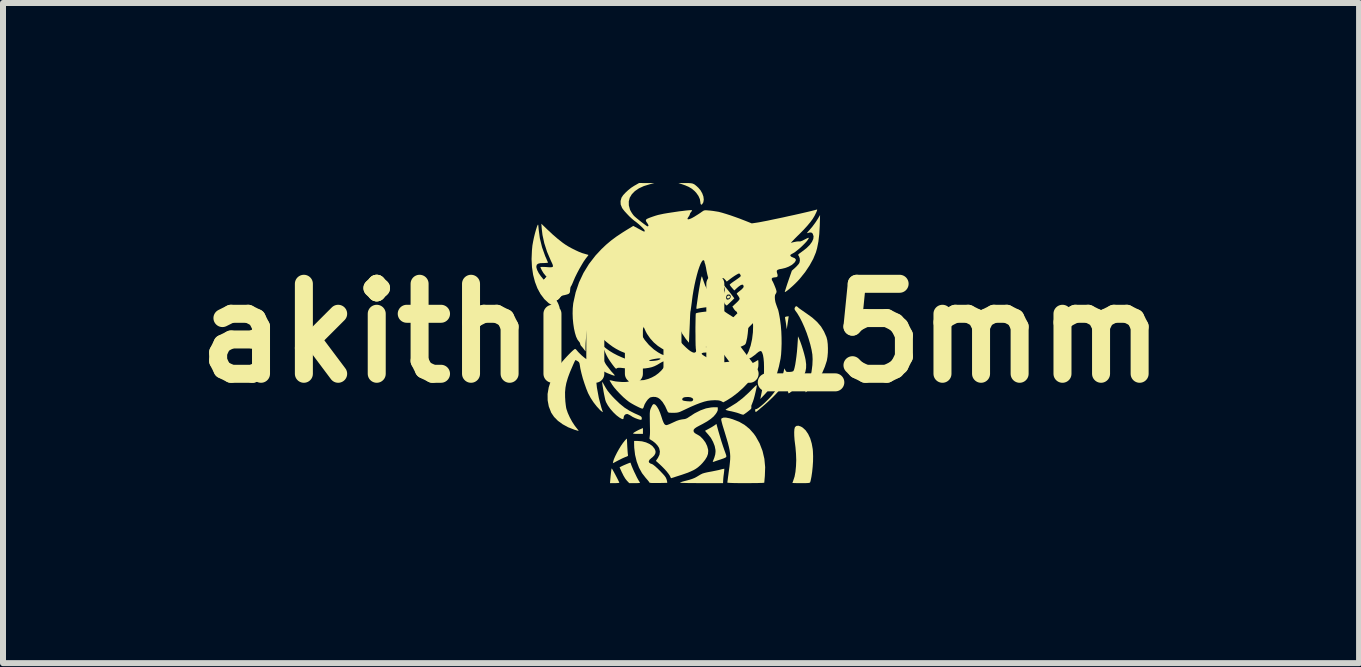
<source format=kicad_pcb>
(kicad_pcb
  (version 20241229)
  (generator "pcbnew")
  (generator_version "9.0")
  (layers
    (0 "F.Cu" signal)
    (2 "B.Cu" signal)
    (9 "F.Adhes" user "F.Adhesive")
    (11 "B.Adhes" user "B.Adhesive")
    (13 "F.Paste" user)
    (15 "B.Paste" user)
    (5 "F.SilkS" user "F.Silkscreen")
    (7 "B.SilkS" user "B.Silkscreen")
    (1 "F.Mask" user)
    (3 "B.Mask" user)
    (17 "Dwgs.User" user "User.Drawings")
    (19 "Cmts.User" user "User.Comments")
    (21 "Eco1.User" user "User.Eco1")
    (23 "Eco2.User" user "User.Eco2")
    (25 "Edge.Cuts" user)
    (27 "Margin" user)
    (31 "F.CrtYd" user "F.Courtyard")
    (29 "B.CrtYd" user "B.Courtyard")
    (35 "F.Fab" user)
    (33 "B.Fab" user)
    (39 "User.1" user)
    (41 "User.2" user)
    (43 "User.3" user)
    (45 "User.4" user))
  (footprint "akithimk_5mm"
    (layer "F.Cu")
    (at 8.3 2.501)
    (property "Reference" "akithimk_5mm" (at 0 0 0) (layer "F.SilkS") (effects (font (size 1.5 1.5) (thickness 0.3))))
    (attr board_only exclude_from_pos_files exclude_from_bom)
    (fp_poly (pts (xy 0.812 -0.619) (xy 0.817 -0.604) (xy 0.81 -0.591) (xy 0.792 -0.578) (xy 0.774 -0.579) (xy 0.767 -0.585) (xy 0.766 -0.603) (xy 0.777 -0.62) (xy 0.792 -0.625)) (stroke (width 0) (type solid)) (fill yes) (layer "F.SilkS"))
    (fp_poly (pts (xy 0.693 -0.753) (xy 0.698 -0.737) (xy 0.699 -0.733) (xy 0.694 -0.714) (xy 0.678 -0.706) (xy 0.671 -0.705) (xy 0.651 -0.705) (xy 0.646 -0.715) (xy 0.646 -0.73) (xy 0.653 -0.75) (xy 0.668 -0.757) (xy 0.674 -0.757)) (stroke (width 0) (type solid)) (fill yes) (layer "F.SilkS"))
    (fp_poly (pts (xy -0.635 1.632) (xy -0.635 1.68) (xy -0.718 1.68) (xy -0.756 1.68) (xy -0.784 1.677) (xy -0.8 1.674) (xy -0.801 1.673) (xy -0.793 1.664) (xy -0.771 1.649) (xy -0.739 1.631) (xy -0.702 1.612) (xy -0.679 1.602) (xy -0.635 1.583)) (stroke (width 0) (type solid)) (fill yes) (layer "F.SilkS"))
    (fp_poly (pts (xy 1.794 -0.28) (xy 1.793 -0.27) (xy 1.789 -0.245) (xy 1.784 -0.209) (xy 1.778 -0.171) (xy 1.762 -0.064) (xy 1.75 -0.151) (xy 1.744 -0.192) (xy 1.738 -0.227) (xy 1.734 -0.25) (xy 1.733 -0.255) (xy 1.735 -0.268) (xy 1.753 -0.275) (xy 1.761 -0.276) (xy 1.783 -0.279) (xy 1.794 -0.28)) (stroke (width 0) (type solid)) (fill yes) (layer "F.SilkS"))
    (fp_poly (pts (xy -1.148 2.265) (xy -1.135 2.287) (xy -1.117 2.319) (xy -1.096 2.358) (xy -1.074 2.4) (xy -1.053 2.441) (xy -1.035 2.478) (xy -1.028 2.494) (xy -1.035 2.497) (xy -1.058 2.499) (xy -1.091 2.501) (xy -1.104 2.501) (xy -1.184 2.501) (xy -1.178 2.435) (xy -1.172 2.371) (xy -1.167 2.324) (xy -1.163 2.292) (xy -1.16 2.271) (xy -1.158 2.261) (xy -1.155 2.257) (xy -1.154 2.257)) (stroke (width 0) (type solid)) (fill yes) (layer "F.SilkS"))
    (fp_poly (pts (xy -0.896 1.888) (xy -0.893 1.937) (xy -0.89 1.981) (xy -0.887 2.014) (xy -0.884 2.032) (xy -0.884 2.034) (xy -0.885 2.046) (xy -0.9 2.056) (xy -0.915 2.061) (xy -0.94 2.071) (xy -0.976 2.087) (xy -1.018 2.108) (xy -1.044 2.121) (xy -1.136 2.169) (xy -1.13 2.139) (xy -1.118 2.1) (xy -1.096 2.05) (xy -1.068 1.994) (xy -1.035 1.935) (xy -1.001 1.879) (xy -0.967 1.83) (xy -0.936 1.791) (xy -0.925 1.779) (xy -0.902 1.758)) (stroke (width 0) (type solid)) (fill yes) (layer "F.SilkS"))
    (fp_poly (pts (xy 0.126 -2.5) (xy 0.166 -2.497) (xy 0.196 -2.491) (xy 0.223 -2.478) (xy 0.25 -2.457) (xy 0.284 -2.426) (xy 0.287 -2.424) (xy 0.325 -2.379) (xy 0.354 -2.328) (xy 0.373 -2.275) (xy 0.379 -2.225) (xy 0.372 -2.181) (xy 0.367 -2.171) (xy 0.35 -2.145) (xy 0.336 -2.139) (xy 0.326 -2.152) (xy 0.322 -2.182) (xy 0.314 -2.232) (xy 0.29 -2.286) (xy 0.253 -2.338) (xy 0.226 -2.367) (xy 0.181 -2.405) (xy 0.131 -2.435) (xy 0.072 -2.461) (xy 0.024 -2.478) (xy -0.044 -2.5) (xy 0.072 -2.5)) (stroke (width 0) (type solid)) (fill yes) (layer "F.SilkS"))
    (fp_poly (pts (xy -0.84 2.167) (xy -0.832 2.188) (xy -0.83 2.196) (xy -0.818 2.226) (xy -0.801 2.266) (xy -0.78 2.313) (xy -0.757 2.36) (xy -0.736 2.404) (xy -0.717 2.439) (xy -0.704 2.461) (xy -0.691 2.481) (xy -0.684 2.494) (xy -0.684 2.495) (xy -0.693 2.498) (xy -0.717 2.5) (xy -0.752 2.501) (xy -0.773 2.501) (xy -0.863 2.501) (xy -0.903 2.459) (xy -0.929 2.426) (xy -0.957 2.38) (xy -0.983 2.327) (xy -0.984 2.327) (xy -1.024 2.237) (xy -0.987 2.218) (xy -0.966 2.208) (xy -0.936 2.195) (xy -0.903 2.181) (xy -0.873 2.169) (xy -0.851 2.161) (xy -0.843 2.159)) (stroke (width 0) (type solid)) (fill yes) (layer "F.SilkS"))
    (fp_poly (pts (xy 0.351 -0.939) (xy 0.358 -0.918) (xy 0.366 -0.892) (xy 0.401 -0.795) (xy 0.45 -0.695) (xy 0.51 -0.598) (xy 0.575 -0.513) (xy 0.598 -0.485) (xy 0.616 -0.462) (xy 0.625 -0.449) (xy 0.625 -0.448) (xy 0.616 -0.445) (xy 0.592 -0.443) (xy 0.557 -0.441) (xy 0.54 -0.44) (xy 0.493 -0.438) (xy 0.437 -0.432) (xy 0.38 -0.425) (xy 0.327 -0.417) (xy 0.285 -0.408) (xy 0.27 -0.404) (xy 0.26 -0.403) (xy 0.256 -0.411) (xy 0.257 -0.433) (xy 0.258 -0.441) (xy 0.272 -0.539) (xy 0.285 -0.631) (xy 0.298 -0.714) (xy 0.311 -0.788) (xy 0.322 -0.85) (xy 0.332 -0.898) (xy 0.34 -0.93) (xy 0.346 -0.945) (xy 0.346 -0.946)) (stroke (width 0) (type solid)) (fill yes) (layer "F.SilkS"))
    (fp_poly (pts (xy 0.721 2.261) (xy 0.721 2.272) (xy 0.719 2.297) (xy 0.715 2.331) (xy 0.714 2.341) (xy 0.708 2.384) (xy 0.704 2.426) (xy 0.702 2.458) (xy 0.702 2.459) (xy 0.7 2.501) (xy 0.333 2.501) (xy 0.227 2.5) (xy 0.14 2.5) (xy 0.072 2.498) (xy 0.023 2.497) (xy -0.007 2.494) (xy -0.018 2.492) (xy -0.018 2.491) (xy -0.001 2.484) (xy 0.03 2.474) (xy 0.067 2.464) (xy 0.076 2.462) (xy 0.137 2.446) (xy 0.184 2.431) (xy 0.224 2.415) (xy 0.262 2.395) (xy 0.297 2.374) (xy 0.329 2.355) (xy 0.358 2.341) (xy 0.391 2.331) (xy 0.434 2.321) (xy 0.471 2.314) (xy 0.524 2.304) (xy 0.578 2.293) (xy 0.626 2.283) (xy 0.65 2.277) (xy 0.683 2.268) (xy 0.709 2.263) (xy 0.721 2.261)) (stroke (width 0) (type solid)) (fill yes) (layer "F.SilkS"))
    (fp_poly (pts (xy 0.621 1.629) (xy 0.645 1.71) (xy 0.671 1.798) (xy 0.699 1.884) (xy 0.726 1.961) (xy 0.741 2.002) (xy 0.753 2.037) (xy 0.755 2.059) (xy 0.751 2.067) (xy 0.738 2.076) (xy 0.711 2.088) (xy 0.674 2.101) (xy 0.651 2.109) (xy 0.61 2.122) (xy 0.575 2.134) (xy 0.55 2.143) (xy 0.543 2.145) (xy 0.53 2.148) (xy 0.53 2.139) (xy 0.532 2.134) (xy 0.556 2.073) (xy 0.57 2.023) (xy 0.575 1.978) (xy 0.574 1.947) (xy 0.561 1.882) (xy 0.534 1.813) (xy 0.497 1.746) (xy 0.451 1.688) (xy 0.448 1.685) (xy 0.425 1.659) (xy 0.408 1.639) (xy 0.401 1.629) (xy 0.401 1.628) (xy 0.411 1.622) (xy 0.434 1.61) (xy 0.465 1.593) (xy 0.474 1.588) (xy 0.51 1.568) (xy 0.542 1.548) (xy 0.564 1.534) (xy 0.566 1.532) (xy 0.59 1.514)) (stroke (width 0) (type solid)) (fill yes) (layer "F.SilkS"))
    (fp_poly (pts (xy 1.263 0.872) (xy 1.263 0.877) (xy 1.253 0.932) (xy 1.24 0.99) (xy 1.226 1.048) (xy 1.212 1.1) (xy 1.198 1.142) (xy 1.187 1.169) (xy 1.187 1.171) (xy 1.172 1.207) (xy 1.171 1.233) (xy 1.171 1.234) (xy 1.173 1.251) (xy 1.161 1.268) (xy 1.149 1.279) (xy 1.122 1.301) (xy 1.091 1.325) (xy 1.063 1.345) (xy 1.043 1.358) (xy 1.04 1.36) (xy 1.027 1.359) (xy 1.001 1.352) (xy 0.972 1.341) (xy 0.934 1.328) (xy 0.885 1.315) (xy 0.836 1.303) (xy 0.828 1.302) (xy 0.79 1.294) (xy 0.761 1.286) (xy 0.744 1.28) (xy 0.742 1.278) (xy 0.75 1.271) (xy 0.772 1.257) (xy 0.802 1.238) (xy 0.816 1.231) (xy 0.922 1.165) (xy 1.027 1.085) (xy 1.132 0.989) (xy 1.159 0.962) (xy 1.2 0.92) (xy 1.229 0.892) (xy 1.248 0.875) (xy 1.259 0.869)) (stroke (width 0) (type solid)) (fill yes) (layer "F.SilkS"))
    (fp_poly (pts (xy 1.998 1.558) (xy 2.028 1.576) (xy 2.076 1.62) (xy 2.118 1.681) (xy 2.153 1.755) (xy 2.178 1.84) (xy 2.195 1.935) (xy 2.198 1.972) (xy 2.201 2.051) (xy 2.2 2.138) (xy 2.194 2.228) (xy 2.185 2.316) (xy 2.173 2.396) (xy 2.159 2.464) (xy 2.153 2.484) (xy 2.149 2.49) (xy 2.141 2.495) (xy 2.124 2.498) (xy 2.096 2.5) (xy 2.055 2.501) (xy 2.002 2.501) (xy 1.951 2.501) (xy 1.908 2.5) (xy 1.876 2.499) (xy 1.858 2.498) (xy 1.856 2.497) (xy 1.86 2.487) (xy 1.868 2.465) (xy 1.87 2.459) (xy 1.892 2.393) (xy 1.907 2.312) (xy 1.916 2.219) (xy 1.92 2.117) (xy 1.916 2.01) (xy 1.907 1.902) (xy 1.902 1.863) (xy 1.892 1.783) (xy 1.887 1.711) (xy 1.886 1.651) (xy 1.889 1.603) (xy 1.897 1.572) (xy 1.901 1.565) (xy 1.924 1.547) (xy 1.957 1.544)) (stroke (width 0) (type solid)) (fill yes) (layer "F.SilkS"))
    (fp_poly (pts (xy -0.651 1.804) (xy -0.583 1.822) (xy -0.524 1.849) (xy -0.475 1.885) (xy -0.441 1.928) (xy -0.425 1.966) (xy -0.426 2) (xy -0.444 2.036) (xy -0.478 2.071) (xy -0.494 2.083) (xy -0.525 2.111) (xy -0.538 2.137) (xy -0.532 2.158) (xy -0.508 2.175) (xy -0.486 2.182) (xy -0.467 2.192) (xy -0.439 2.214) (xy -0.405 2.244) (xy -0.368 2.279) (xy -0.331 2.317) (xy -0.297 2.353) (xy -0.27 2.385) (xy -0.253 2.41) (xy -0.251 2.414) (xy -0.239 2.444) (xy -0.233 2.47) (xy -0.232 2.473) (xy -0.23 2.496) (xy -0.379 2.499) (xy -0.441 2.499) (xy -0.485 2.499) (xy -0.513 2.496) (xy -0.526 2.493) (xy -0.528 2.49) (xy -0.534 2.479) (xy -0.551 2.457) (xy -0.576 2.428) (xy -0.59 2.412) (xy -0.65 2.335) (xy -0.7 2.244) (xy -0.739 2.141) (xy -0.766 2.029) (xy -0.78 1.911) (xy -0.782 1.849) (xy -0.782 1.798) (xy -0.723 1.798)) (stroke (width 0) (type solid)) (fill yes) (layer "F.SilkS"))
    (fp_poly (pts (xy -1.306 0.823) (xy -1.296 0.84) (xy -1.282 0.866) (xy -1.253 0.916) (xy -1.224 0.961) (xy -1.189 1.005) (xy -1.146 1.054) (xy -1.105 1.097) (xy -1.022 1.177) (xy -0.942 1.242) (xy -0.859 1.295) (xy -0.77 1.34) (xy -0.738 1.354) (xy -0.696 1.373) (xy -0.67 1.388) (xy -0.658 1.401) (xy -0.656 1.406) (xy -0.654 1.43) (xy -0.659 1.443) (xy -0.674 1.446) (xy -0.702 1.439) (xy -0.725 1.432) (xy -0.767 1.416) (xy -0.808 1.396) (xy -0.834 1.379) (xy -0.863 1.362) (xy -0.89 1.35) (xy -0.901 1.348) (xy -0.93 1.357) (xy -0.95 1.38) (xy -0.957 1.41) (xy -0.96 1.429) (xy -0.971 1.435) (xy -0.992 1.428) (xy -1.025 1.409) (xy -1.027 1.408) (xy -1.078 1.369) (xy -1.13 1.319) (xy -1.179 1.263) (xy -1.22 1.205) (xy -1.25 1.15) (xy -1.257 1.131) (xy -1.264 1.107) (xy -1.272 1.069) (xy -1.282 1.022) (xy -1.29 0.98) (xy -1.301 0.914) (xy -1.309 0.867) (xy -1.313 0.835) (xy -1.314 0.819) (xy -1.312 0.815)) (stroke (width 0) (type solid)) (fill yes) (layer "F.SilkS"))
    (fp_poly (pts (xy 0.807 1.42) (xy 0.863 1.437) (xy 0.97 1.479) (xy 1.061 1.532) (xy 1.14 1.596) (xy 1.21 1.674) (xy 1.245 1.723) (xy 1.31 1.839) (xy 1.358 1.964) (xy 1.389 2.096) (xy 1.402 2.235) (xy 1.397 2.379) (xy 1.397 2.381) (xy 1.393 2.425) (xy 1.39 2.461) (xy 1.388 2.485) (xy 1.387 2.494) (xy 1.378 2.495) (xy 1.351 2.497) (xy 1.31 2.498) (xy 1.256 2.5) (xy 1.192 2.5) (xy 1.119 2.501) (xy 1.079 2.501) (xy 0.998 2.501) (xy 0.926 2.5) (xy 0.866 2.499) (xy 0.819 2.497) (xy 0.787 2.495) (xy 0.773 2.493) (xy 0.772 2.492) (xy 0.773 2.48) (xy 0.777 2.452) (xy 0.782 2.411) (xy 0.789 2.36) (xy 0.796 2.306) (xy 0.807 2.227) (xy 0.814 2.162) (xy 0.819 2.105) (xy 0.82 2.053) (xy 0.817 2.004) (xy 0.81 1.953) (xy 0.798 1.898) (xy 0.782 1.834) (xy 0.76 1.759) (xy 0.733 1.669) (xy 0.731 1.662) (xy 0.709 1.591) (xy 0.692 1.536) (xy 0.681 1.495) (xy 0.674 1.466) (xy 0.67 1.447) (xy 0.67 1.434) (xy 0.673 1.426) (xy 0.678 1.421) (xy 0.679 1.42) (xy 0.708 1.409) (xy 0.751 1.409)) (stroke (width 0) (type solid)) (fill yes) (layer "F.SilkS"))
    (fp_poly (pts (xy 1.949 -0.43) (xy 1.95 -0.429) (xy 1.964 -0.416) (xy 1.992 -0.396) (xy 2.029 -0.37) (xy 2.072 -0.34) (xy 2.091 -0.327) (xy 2.188 -0.257) (xy 2.268 -0.185) (xy 2.333 -0.109) (xy 2.383 -0.026) (xy 2.423 0.065) (xy 2.424 0.068) (xy 2.437 0.118) (xy 2.445 0.182) (xy 2.448 0.253) (xy 2.447 0.325) (xy 2.441 0.395) (xy 2.431 0.454) (xy 2.429 0.463) (xy 2.397 0.561) (xy 2.356 0.657) (xy 2.318 0.726) (xy 2.299 0.754) (xy 2.273 0.787) (xy 2.242 0.824) (xy 2.207 0.862) (xy 2.173 0.899) (xy 2.14 0.932) (xy 2.111 0.959) (xy 2.088 0.978) (xy 2.075 0.986) (xy 2.071 0.984) (xy 2.075 0.973) (xy 2.085 0.95) (xy 2.099 0.919) (xy 2.101 0.915) (xy 2.131 0.833) (xy 2.157 0.738) (xy 2.176 0.636) (xy 2.189 0.533) (xy 2.193 0.435) (xy 2.189 0.359) (xy 2.176 0.281) (xy 2.155 0.192) (xy 2.127 0.096) (xy 2.094 -0.002) (xy 2.056 -0.098) (xy 2.016 -0.187) (xy 1.975 -0.267) (xy 1.935 -0.333) (xy 1.923 -0.349) (xy 1.903 -0.377) (xy 1.893 -0.396) (xy 1.892 -0.411) (xy 1.897 -0.425) (xy 1.911 -0.445) (xy 1.928 -0.447)) (stroke (width 0) (type solid)) (fill yes) (layer "F.SilkS"))
    (fp_poly (pts (xy 2.312 -1.793) (xy 2.304 -1.65) (xy 2.289 -1.523) (xy 2.267 -1.412) (xy 2.247 -1.343) (xy 2.203 -1.237) (xy 2.143 -1.128) (xy 2.069 -1.017) (xy 1.983 -0.91) (xy 1.951 -0.874) (xy 1.916 -0.838) (xy 1.879 -0.802) (xy 1.84 -0.767) (xy 1.804 -0.735) (xy 1.773 -0.71) (xy 1.748 -0.692) (xy 1.733 -0.684) (xy 1.729 -0.686) (xy 1.732 -0.699) (xy 1.741 -0.727) (xy 1.754 -0.768) (xy 1.77 -0.817) (xy 1.788 -0.87) (xy 1.847 -1.04) (xy 1.904 -1.091) (xy 1.933 -1.12) (xy 1.958 -1.148) (xy 1.972 -1.17) (xy 1.973 -1.172) (xy 1.981 -1.208) (xy 1.978 -1.247) (xy 1.965 -1.281) (xy 1.959 -1.29) (xy 1.953 -1.298) (xy 1.953 -1.307) (xy 1.963 -1.319) (xy 1.985 -1.335) (xy 2.019 -1.36) (xy 2.089 -1.414) (xy 2.144 -1.468) (xy 2.182 -1.52) (xy 2.204 -1.569) (xy 2.209 -1.613) (xy 2.196 -1.653) (xy 2.192 -1.66) (xy 2.173 -1.675) (xy 2.146 -1.677) (xy 2.107 -1.666) (xy 2.105 -1.665) (xy 2.1 -1.667) (xy 2.109 -1.681) (xy 2.129 -1.705) (xy 2.13 -1.705) (xy 2.189 -1.774) (xy 2.242 -1.846) (xy 2.286 -1.914) (xy 2.287 -1.916) (xy 2.317 -1.968)) (stroke (width 0) (type solid)) (fill yes) (layer "F.SilkS"))
    (fp_poly (pts (xy 0.694 -0.821) (xy 0.711 -0.801) (xy 0.734 -0.773) (xy 0.744 -0.762) (xy 0.777 -0.722) (xy 0.812 -0.679) (xy 0.842 -0.64) (xy 0.843 -0.639) (xy 0.888 -0.579) (xy 0.827 -0.519) (xy 0.799 -0.492) (xy 0.777 -0.472) (xy 0.763 -0.46) (xy 0.761 -0.459) (xy 0.751 -0.466) (xy 0.735 -0.481) (xy 0.734 -0.482) (xy 0.724 -0.495) (xy 0.718 -0.511) (xy 0.714 -0.535) (xy 0.713 -0.572) (xy 0.713 -0.592) (xy 0.752 -0.592) (xy 0.755 -0.57) (xy 0.759 -0.563) (xy 0.777 -0.557) (xy 0.801 -0.564) (xy 0.815 -0.576) (xy 0.828 -0.599) (xy 0.827 -0.623) (xy 0.814 -0.639) (xy 0.803 -0.643) (xy 0.779 -0.641) (xy 0.766 -0.635) (xy 0.756 -0.617) (xy 0.752 -0.592) (xy 0.713 -0.592) (xy 0.713 -0.594) (xy 0.714 -0.633) (xy 0.717 -0.666) (xy 0.721 -0.685) (xy 0.723 -0.689) (xy 0.731 -0.704) (xy 0.732 -0.729) (xy 0.725 -0.756) (xy 0.717 -0.77) (xy 0.695 -0.788) (xy 0.668 -0.791) (xy 0.641 -0.782) (xy 0.62 -0.763) (xy 0.609 -0.736) (xy 0.609 -0.718) (xy 0.609 -0.69) (xy 0.601 -0.667) (xy 0.589 -0.655) (xy 0.587 -0.655) (xy 0.577 -0.662) (xy 0.562 -0.681) (xy 0.557 -0.689) (xy 0.536 -0.723) (xy 0.558 -0.742) (xy 0.583 -0.761) (xy 0.611 -0.782) (xy 0.641 -0.802) (xy 0.666 -0.819) (xy 0.683 -0.828) (xy 0.687 -0.829)) (stroke (width 0) (type solid)) (fill yes) (layer "F.SilkS"))
    (fp_poly (pts (xy -2.379 -1.798) (xy -2.377 -1.774) (xy -2.373 -1.733) (xy -2.373 -1.729) (xy -2.353 -1.58) (xy -2.316 -1.429) (xy -2.264 -1.283) (xy -2.247 -1.245) (xy -2.233 -1.212) (xy -2.222 -1.187) (xy -2.218 -1.174) (xy -2.218 -1.173) (xy -2.227 -1.171) (xy -2.251 -1.169) (xy -2.285 -1.167) (xy -2.295 -1.167) (xy -2.347 -1.165) (xy -2.383 -1.156) (xy -2.403 -1.14) (xy -2.411 -1.115) (xy -2.41 -1.091) (xy -2.397 -1.049) (xy -2.372 -1) (xy -2.337 -0.949) (xy -2.296 -0.899) (xy -2.251 -0.855) (xy -2.207 -0.822) (xy -2.19 -0.812) (xy -2.164 -0.797) (xy -2.153 -0.785) (xy -2.153 -0.771) (xy -2.154 -0.769) (xy -2.169 -0.717) (xy -2.176 -0.679) (xy -2.175 -0.649) (xy -2.166 -0.623) (xy -2.164 -0.617) (xy -2.138 -0.585) (xy -2.106 -0.562) (xy -2.084 -0.548) (xy -2.067 -0.529) (xy -2.052 -0.502) (xy -2.041 -0.476) (xy -2.029 -0.442) (xy -2.024 -0.421) (xy -2.029 -0.411) (xy -2.046 -0.413) (xy -2.076 -0.425) (xy -2.122 -0.447) (xy -2.127 -0.449) (xy -2.207 -0.5) (xy -2.279 -0.567) (xy -2.341 -0.65) (xy -2.393 -0.745) (xy -2.434 -0.852) (xy -2.465 -0.971) (xy -2.484 -1.098) (xy -2.491 -1.233) (xy -2.485 -1.375) (xy -2.477 -1.459) (xy -2.466 -1.521) (xy -2.452 -1.59) (xy -2.435 -1.659) (xy -2.417 -1.723) (xy -2.4 -1.776) (xy -2.393 -1.793) (xy -2.387 -1.805) (xy -2.383 -1.808)) (stroke (width 0) (type solid)) (fill yes) (layer "F.SilkS"))
    (fp_poly (pts (xy -2.226 -1.724) (xy -2.138 -1.642) (xy -2.052 -1.568) (xy -1.973 -1.506) (xy -1.929 -1.475) (xy -1.881 -1.445) (xy -1.823 -1.413) (xy -1.761 -1.382) (xy -1.701 -1.354) (xy -1.647 -1.333) (xy -1.616 -1.324) (xy -1.582 -1.314) (xy -1.557 -1.307) (xy -1.545 -1.303) (xy -1.544 -1.302) (xy -1.547 -1.294) (xy -1.56 -1.278) (xy -1.56 -1.277) (xy -1.588 -1.242) (xy -1.622 -1.193) (xy -1.658 -1.133) (xy -1.696 -1.067) (xy -1.732 -0.999) (xy -1.765 -0.932) (xy -1.792 -0.87) (xy -1.798 -0.855) (xy -1.812 -0.822) (xy -1.825 -0.794) (xy -1.834 -0.781) (xy -1.843 -0.761) (xy -1.847 -0.733) (xy -1.847 -0.732) (xy -1.85 -0.695) (xy -1.856 -0.671) (xy -1.871 -0.655) (xy -1.898 -0.644) (xy -1.94 -0.633) (xy -1.997 -0.622) (xy -2.04 -0.617) (xy -2.07 -0.618) (xy -2.09 -0.626) (xy -2.095 -0.631) (xy -2.107 -0.656) (xy -2.108 -0.689) (xy -2.099 -0.723) (xy -2.08 -0.751) (xy -2.07 -0.76) (xy -2.061 -0.768) (xy -2.06 -0.776) (xy -2.069 -0.79) (xy -2.09 -0.812) (xy -2.093 -0.814) (xy -2.123 -0.842) (xy -2.154 -0.866) (xy -2.17 -0.877) (xy -2.211 -0.908) (xy -2.253 -0.951) (xy -2.292 -0.999) (xy -2.319 -1.044) (xy -2.333 -1.072) (xy -2.342 -1.093) (xy -2.345 -1.1) (xy -2.336 -1.102) (xy -2.311 -1.103) (xy -2.276 -1.102) (xy -2.254 -1.101) (xy -2.199 -1.097) (xy -2.162 -1.097) (xy -2.141 -1.102) (xy -2.134 -1.114) (xy -2.138 -1.137) (xy -2.153 -1.172) (xy -2.169 -1.205) (xy -2.233 -1.355) (xy -2.279 -1.498) (xy -2.309 -1.635) (xy -2.321 -1.735) (xy -2.328 -1.822)) (stroke (width 0) (type solid)) (fill yes) (layer "F.SilkS"))
    (fp_poly (pts (xy 1.967 0.093) (xy 1.987 0.142) (xy 2.009 0.204) (xy 2.031 0.273) (xy 2.051 0.342) (xy 2.067 0.405) (xy 2.076 0.448) (xy 2.085 0.52) (xy 2.084 0.583) (xy 2.073 0.642) (xy 2.05 0.703) (xy 2.014 0.771) (xy 2.01 0.777) (xy 1.989 0.809) (xy 1.961 0.844) (xy 1.93 0.882) (xy 1.896 0.918) (xy 1.864 0.951) (xy 1.835 0.978) (xy 1.811 0.996) (xy 1.795 1.004) (xy 1.789 1.001) (xy 1.783 0.972) (xy 1.773 0.937) (xy 1.762 0.901) (xy 1.751 0.87) (xy 1.742 0.85) (xy 1.738 0.845) (xy 1.724 0.845) (xy 1.704 0.855) (xy 1.687 0.869) (xy 1.68 0.881) (xy 1.673 0.902) (xy 1.652 0.933) (xy 1.619 0.974) (xy 1.576 1.021) (xy 1.524 1.074) (xy 1.465 1.13) (xy 1.401 1.188) (xy 1.333 1.246) (xy 1.295 1.279) (xy 1.269 1.3) (xy 1.252 1.312) (xy 1.244 1.316) (xy 1.241 1.314) (xy 1.241 1.311) (xy 1.237 1.293) (xy 1.235 1.285) (xy 1.235 1.272) (xy 1.242 1.27) (xy 1.265 1.263) (xy 1.297 1.243) (xy 1.336 1.213) (xy 1.38 1.175) (xy 1.426 1.131) (xy 1.472 1.085) (xy 1.514 1.038) (xy 1.55 0.992) (xy 1.568 0.967) (xy 1.608 0.899) (xy 1.646 0.822) (xy 1.679 0.743) (xy 1.703 0.67) (xy 1.707 0.654) (xy 1.723 0.588) (xy 1.738 0.619) (xy 1.749 0.637) (xy 1.761 0.646) (xy 1.781 0.648) (xy 1.806 0.648) (xy 1.839 0.645) (xy 1.864 0.638) (xy 1.871 0.634) (xy 1.882 0.614) (xy 1.892 0.578) (xy 1.903 0.527) (xy 1.913 0.463) (xy 1.923 0.39) (xy 1.932 0.31) (xy 1.939 0.225) (xy 1.945 0.137) (xy 1.947 0.103) (xy 1.949 0.054)) (stroke (width 0) (type solid)) (fill yes) (layer "F.SilkS"))
    (fp_poly (pts (xy -0.448 1.184) (xy -0.425 1.196) (xy -0.4 1.226) (xy -0.374 1.271) (xy -0.349 1.329) (xy -0.327 1.393) (xy -0.309 1.449) (xy -0.293 1.488) (xy -0.279 1.514) (xy -0.265 1.528) (xy -0.249 1.533) (xy -0.242 1.534) (xy -0.226 1.53) (xy -0.196 1.519) (xy -0.158 1.502) (xy -0.128 1.488) (xy -0.073 1.463) (xy -0.029 1.448) (xy 0.01 1.44) (xy 0.024 1.438) (xy 0.067 1.432) (xy 0.101 1.419) (xy 0.127 1.402) (xy 0.227 1.337) (xy 0.324 1.288) (xy 0.416 1.255) (xy 0.503 1.239) (xy 0.532 1.237) (xy 0.611 1.236) (xy 0.613 1.265) (xy 0.611 1.289) (xy 0.598 1.318) (xy 0.577 1.35) (xy 0.542 1.391) (xy 0.495 1.431) (xy 0.435 1.472) (xy 0.359 1.515) (xy 0.315 1.538) (xy 0.264 1.565) (xy 0.23 1.588) (xy 0.212 1.609) (xy 0.208 1.63) (xy 0.214 1.649) (xy 0.229 1.666) (xy 0.255 1.683) (xy 0.266 1.688) (xy 0.318 1.72) (xy 0.365 1.767) (xy 0.406 1.822) (xy 0.435 1.882) (xy 0.451 1.941) (xy 0.453 1.964) (xy 0.449 2.013) (xy 0.432 2.061) (xy 0.401 2.112) (xy 0.357 2.166) (xy 0.322 2.202) (xy 0.288 2.232) (xy 0.25 2.26) (xy 0.207 2.285) (xy 0.155 2.309) (xy 0.092 2.334) (xy 0.015 2.361) (xy -0.076 2.39) (xy -0.167 2.419) (xy -0.187 2.377) (xy -0.208 2.346) (xy -0.24 2.305) (xy -0.282 2.259) (xy -0.33 2.211) (xy -0.373 2.171) (xy -0.419 2.13) (xy -0.385 2.08) (xy -0.359 2.027) (xy -0.352 1.974) (xy -0.364 1.921) (xy -0.371 1.906) (xy -0.396 1.869) (xy -0.432 1.831) (xy -0.474 1.798) (xy -0.499 1.783) (xy -0.519 1.77) (xy -0.526 1.756) (xy -0.523 1.733) (xy -0.523 1.731) (xy -0.519 1.699) (xy -0.517 1.66) (xy -0.517 1.644) (xy -0.517 1.615) (xy -0.518 1.573) (xy -0.519 1.52) (xy -0.52 1.464) (xy -0.52 1.443) (xy -0.521 1.386) (xy -0.521 1.344) (xy -0.519 1.314) (xy -0.516 1.29) (xy -0.51 1.27) (xy -0.502 1.25) (xy -0.496 1.238) (xy -0.48 1.206) (xy -0.467 1.189) (xy -0.455 1.184)) (stroke (width 0) (type solid)) (fill yes) (layer "F.SilkS"))
    (fp_poly (pts (xy -1.468 -0.04) (xy -1.458 -0.016) (xy -1.445 0.02) (xy -1.431 0.064) (xy -1.418 0.112) (xy -1.407 0.156) (xy -1.369 0.288) (xy -1.316 0.413) (xy -1.248 0.528) (xy -1.168 0.631) (xy -1.159 0.642) (xy -1.129 0.674) (xy -1.111 0.695) (xy -1.105 0.706) (xy -1.108 0.709) (xy -1.119 0.708) (xy -1.12 0.708) (xy -1.149 0.699) (xy -1.187 0.684) (xy -1.227 0.668) (xy -1.262 0.652) (xy -1.284 0.64) (xy -1.306 0.632) (xy -1.341 0.63) (xy -1.366 0.632) (xy -1.428 0.638) (xy -1.422 0.722) (xy -1.402 0.909) (xy -1.37 1.082) (xy -1.327 1.244) (xy -1.304 1.314) (xy -1.307 1.317) (xy -1.321 1.307) (xy -1.344 1.288) (xy -1.357 1.275) (xy -1.408 1.219) (xy -1.46 1.152) (xy -1.507 1.08) (xy -1.544 1.011) (xy -1.549 1.001) (xy -1.579 0.927) (xy -1.609 0.842) (xy -1.637 0.755) (xy -1.66 0.669) (xy -1.678 0.59) (xy -1.686 0.539) (xy -1.692 0.506) (xy -1.701 0.486) (xy -1.718 0.471) (xy -1.723 0.468) (xy -1.744 0.456) (xy -1.758 0.45) (xy -1.759 0.449) (xy -1.765 0.458) (xy -1.777 0.481) (xy -1.793 0.516) (xy -1.811 0.558) (xy -1.831 0.604) (xy -1.851 0.651) (xy -1.868 0.696) (xy -1.882 0.734) (xy -1.888 0.752) (xy -1.912 0.834) (xy -1.926 0.909) (xy -1.933 0.986) (xy -1.932 1.074) (xy -1.931 1.086) (xy -1.928 1.139) (xy -1.922 1.192) (xy -1.916 1.237) (xy -1.91 1.265) (xy -1.887 1.332) (xy -1.854 1.405) (xy -1.815 1.477) (xy -1.773 1.541) (xy -1.754 1.566) (xy -1.731 1.595) (xy -1.714 1.617) (xy -1.707 1.63) (xy -1.707 1.631) (xy -1.719 1.628) (xy -1.745 1.62) (xy -1.779 1.61) (xy -1.783 1.608) (xy -1.883 1.569) (xy -1.974 1.519) (xy -2.052 1.462) (xy -2.116 1.397) (xy -2.163 1.328) (xy -2.166 1.32) (xy -2.204 1.223) (xy -2.223 1.121) (xy -2.224 1.015) (xy -2.205 0.904) (xy -2.168 0.79) (xy -2.112 0.672) (xy -2.04 0.554) (xy -2.015 0.521) (xy -1.984 0.481) (xy -1.947 0.439) (xy -1.908 0.396) (xy -1.869 0.355) (xy -1.833 0.319) (xy -1.802 0.29) (xy -1.779 0.271) (xy -1.766 0.264) (xy -1.752 0.271) (xy -1.736 0.289) (xy -1.734 0.291) (xy -1.714 0.315) (xy -1.686 0.343) (xy -1.654 0.374) (xy -1.622 0.401) (xy -1.594 0.423) (xy -1.575 0.434) (xy -1.574 0.434) (xy -1.546 0.434) (xy -1.528 0.426) (xy -1.518 0.418) (xy -1.511 0.408) (xy -1.507 0.392) (xy -1.505 0.366) (xy -1.505 0.327) (xy -1.505 0.305) (xy -1.504 0.26) (xy -1.502 0.208) (xy -1.499 0.153) (xy -1.495 0.099) (xy -1.491 0.048) (xy -1.486 0.005) (xy -1.482 -0.028) (xy -1.478 -0.046) (xy -1.476 -0.049)) (stroke (width 0) (type solid)) (fill yes) (layer "F.SilkS"))
    (fp_poly (pts (xy 0.777 -0.324) (xy 0.862 -0.27) (xy 0.947 -0.228) (xy 1.027 -0.201) (xy 1.059 -0.193) (xy 1.126 -0.181) (xy 1.12 -0.08) (xy 1.112 0.006) (xy 1.102 0.078) (xy 1.087 0.145) (xy 1.084 0.157) (xy 1.078 0.174) (xy 1.069 0.188) (xy 1.054 0.2) (xy 1.027 0.213) (xy 0.989 0.23) (xy 0.906 0.262) (xy 0.826 0.287) (xy 0.744 0.305) (xy 0.656 0.316) (xy 0.556 0.321) (xy 0.475 0.322) (xy 0.413 0.324) (xy 0.371 0.327) (xy 0.348 0.335) (xy 0.343 0.346) (xy 0.358 0.362) (xy 0.391 0.384) (xy 0.443 0.412) (xy 0.453 0.417) (xy 0.549 0.458) (xy 0.639 0.481) (xy 0.726 0.486) (xy 0.744 0.484) (xy 0.782 0.48) (xy 0.814 0.475) (xy 0.832 0.47) (xy 0.859 0.462) (xy 0.884 0.456) (xy 0.913 0.449) (xy 0.887 0.464) (xy 0.866 0.484) (xy 0.86 0.509) (xy 0.869 0.532) (xy 0.874 0.537) (xy 0.891 0.543) (xy 0.924 0.547) (xy 0.97 0.549) (xy 0.974 0.549) (xy 1.073 0.54) (xy 1.163 0.515) (xy 1.234 0.479) (xy 1.26 0.463) (xy 1.279 0.452) (xy 1.285 0.449) (xy 1.287 0.458) (xy 1.289 0.482) (xy 1.29 0.515) (xy 1.29 0.515) (xy 1.288 0.556) (xy 1.281 0.588) (xy 1.266 0.62) (xy 1.259 0.634) (xy 1.199 0.726) (xy 1.124 0.82) (xy 1.038 0.91) (xy 0.945 0.994) (xy 0.849 1.067) (xy 0.766 1.12) (xy 0.704 1.154) (xy 0.672 1.136) (xy 0.649 1.127) (xy 0.619 1.121) (xy 0.577 1.119) (xy 0.552 1.119) (xy 0.498 1.122) (xy 0.443 1.129) (xy 0.385 1.143) (xy 0.321 1.164) (xy 0.248 1.192) (xy 0.164 1.228) (xy 0.066 1.274) (xy 0.019 1.296) (xy -0.016 1.312) (xy -0.043 1.321) (xy -0.068 1.326) (xy -0.096 1.328) (xy -0.131 1.329) (xy -0.132 1.329) (xy -0.172 1.328) (xy -0.198 1.327) (xy -0.212 1.322) (xy -0.22 1.314) (xy -0.226 1.302) (xy -0.266 1.215) (xy -0.308 1.148) (xy -0.348 1.104) (xy 0.02 1.104) (xy 0.023 1.117) (xy 0.036 1.125) (xy 0.061 1.131) (xy 0.102 1.136) (xy 0.107 1.136) (xy 0.148 1.139) (xy 0.173 1.138) (xy 0.188 1.132) (xy 0.198 1.122) (xy 0.199 1.12) (xy 0.203 1.101) (xy 0.189 1.084) (xy 0.162 1.071) (xy 0.123 1.065) (xy 0.111 1.065) (xy 0.063 1.068) (xy 0.033 1.079) (xy 0.02 1.097) (xy 0.02 1.104) (xy -0.348 1.104) (xy -0.351 1.101) (xy -0.384 1.078) (xy -0.423 1.065) (xy -0.466 1.063) (xy -0.506 1.07) (xy -0.522 1.078) (xy -0.553 1.106) (xy -0.582 1.145) (xy -0.607 1.188) (xy -0.618 1.219) (xy -0.629 1.248) (xy -0.642 1.26) (xy -0.644 1.26) (xy -0.662 1.255) (xy -0.693 1.242) (xy -0.732 1.223) (xy -0.775 1.201) (xy -0.818 1.177) (xy -0.857 1.153) (xy -0.865 1.148) (xy -0.91 1.113) (xy -0.962 1.068) (xy -1.017 1.014) (xy -1.069 0.959) (xy -1.115 0.905) (xy -1.147 0.862) (xy -1.167 0.829) (xy -1.183 0.804) (xy -1.19 0.789) (xy -1.19 0.786) (xy -1.179 0.787) (xy -1.155 0.791) (xy -1.128 0.798) (xy -1.089 0.806) (xy -1.039 0.811) (xy -0.986 0.815) (xy -0.974 0.815) (xy -0.928 0.815) (xy -0.899 0.813) (xy -0.88 0.809) (xy -0.869 0.803) (xy -0.865 0.798) (xy -0.856 0.777) (xy -0.857 0.764) (xy -0.858 0.754) (xy -0.846 0.756) (xy -0.844 0.756) (xy -0.826 0.762) (xy -0.795 0.77) (xy -0.757 0.778) (xy -0.753 0.779) (xy -0.683 0.787) (xy -0.616 0.783) (xy -0.546 0.764) (xy -0.487 0.74) (xy -0.43 0.709) (xy -0.377 0.67) (xy -0.33 0.626) (xy -0.292 0.581) (xy -0.266 0.537) (xy -0.254 0.497) (xy -0.254 0.49) (xy -0.261 0.473) (xy -0.28 0.469) (xy -0.311 0.479) (xy -0.345 0.498) (xy -0.398 0.53) (xy -0.443 0.552) (xy -0.487 0.568) (xy -0.538 0.58) (xy -0.54 0.58) (xy -0.594 0.588) (xy -0.662 0.593) (xy -0.738 0.596) (xy -0.817 0.595) (xy -0.893 0.591) (xy -0.96 0.584) (xy -1.005 0.579) (xy -1.035 0.578) (xy -1.055 0.58) (xy -1.067 0.585) (xy -1.075 0.591) (xy -1.083 0.593) (xy -1.091 0.589) (xy -1.102 0.577) (xy -1.12 0.555) (xy -1.146 0.521) (xy -1.156 0.507) (xy -1.185 0.466) (xy -1.215 0.419) (xy -1.237 0.379) (xy -1.255 0.342) (xy -1.272 0.303) (xy -1.287 0.267) (xy -1.298 0.238) (xy -1.304 0.219) (xy -1.303 0.215) (xy -1.294 0.221) (xy -1.274 0.236) (xy -1.247 0.257) (xy -1.241 0.262) (xy -1.189 0.299) (xy -1.128 0.336) (xy -1.061 0.371) (xy -0.99 0.403) (xy -0.92 0.431) (xy -0.852 0.454) (xy -0.792 0.469) (xy -0.741 0.477) (xy -0.703 0.476) (xy -0.701 0.475) (xy -0.682 0.467) (xy -0.678 0.46) (xy -0.532 0.46) (xy -0.52 0.464) (xy -0.494 0.465) (xy -0.46 0.463) (xy -0.424 0.459) (xy -0.39 0.453) (xy -0.374 0.448) (xy -0.349 0.437) (xy -0.342 0.428) (xy -0.353 0.422) (xy -0.38 0.422) (xy -0.388 0.423) (xy -0.436 0.43) (xy -0.477 0.438) (xy -0.509 0.446) (xy -0.528 0.454) (xy -0.532 0.46) (xy -0.678 0.46) (xy -0.671 0.45) (xy -0.667 0.423) (xy -0.668 0.382) (xy -0.674 0.331) (xy -0.677 0.299) (xy -0.681 0.256) (xy -0.686 0.206) (xy -0.689 0.152) (xy -0.693 0.099) (xy -0.696 0.05) (xy -0.698 0.008) (xy -0.698 -0.022) (xy -0.698 -0.037) (xy -0.698 -0.037) (xy -0.692 -0.031) (xy -0.681 -0.011) (xy -0.665 0.018) (xy -0.66 0.027) (xy -0.605 0.115) (xy -0.535 0.198) (xy -0.456 0.27) (xy -0.447 0.277) (xy -0.382 0.322) (xy -0.323 0.355) (xy -0.263 0.376) (xy -0.199 0.388) (xy -0.184 0.389) (xy -0.143 0.395) (xy -0.108 0.401) (xy -0.084 0.408) (xy -0.08 0.409) (xy -0.055 0.416) (xy -0.039 0.41) (xy -0.029 0.405) (xy -0.023 0.398) (xy -0.021 0.386) (xy -0.023 0.366) (xy -0.028 0.335) (xy -0.036 0.288) (xy -0.038 0.278) (xy -0.047 0.23) (xy -0.055 0.181) (xy -0.061 0.141) (xy -0.063 0.127) (xy -0.069 0.073) (xy -0.042 0.107) (xy -0.004 0.153) (xy 0.039 0.198) (xy 0.083 0.241) (xy 0.124 0.277) (xy 0.158 0.302) (xy 0.166 0.307) (xy 0.196 0.322) (xy 0.217 0.327) (xy 0.232 0.324) (xy 0.235 0.322) (xy 0.247 0.313) (xy 0.251 0.3) (xy 0.249 0.276) (xy 0.247 0.266) (xy 0.245 0.244) (xy 0.245 0.233) (xy 0.413 0.233) (xy 0.422 0.241) (xy 0.442 0.248) (xy 0.475 0.254) (xy 0.516 0.259) (xy 0.559 0.262) (xy 0.601 0.264) (xy 0.636 0.263) (xy 0.661 0.259) (xy 0.669 0.255) (xy 0.669 0.244) (xy 0.656 0.236) (xy 0.627 0.229) (xy 0.582 0.224) (xy 0.535 0.222) (xy 0.476 0.22) (xy 0.437 0.221) (xy 0.416 0.226) (xy 0.413 0.233) (xy 0.245 0.233) (xy 0.243 0.208) (xy 0.242 0.159) (xy 0.241 0.102) (xy 0.241 0.039) (xy 0.24 -0.027) (xy 0.24 -0.094) (xy 0.241 -0.157) (xy 0.242 -0.215) (xy 0.243 -0.264) (xy 0.244 -0.301) (xy 0.246 -0.324) (xy 0.248 -0.329) (xy 0.263 -0.335) (xy 0.295 -0.342) (xy 0.34 -0.349) (xy 0.396 -0.356) (xy 0.459 -0.361) (xy 0.526 -0.366) (xy 0.555 -0.368) (xy 0.704 -0.374)) (stroke (width 0) (type solid)) (fill yes) (layer "F.SilkS"))
    (fp_poly (pts (xy -0.572 -2.5) (xy -0.445 -2.5) (xy -0.522 -2.48) (xy -0.62 -2.45) (xy -0.702 -2.412) (xy -0.769 -2.366) (xy -0.82 -2.314) (xy -0.855 -2.256) (xy -0.871 -2.194) (xy -0.87 -2.128) (xy -0.851 -2.058) (xy -0.841 -2.037) (xy -0.819 -2) (xy -0.794 -1.965) (xy -0.773 -1.943) (xy -0.737 -1.912) (xy -0.697 -1.88) (xy -0.657 -1.848) (xy -0.62 -1.82) (xy -0.589 -1.797) (xy -0.567 -1.782) (xy -0.558 -1.778) (xy -0.544 -1.784) (xy -0.544 -1.801) (xy -0.559 -1.827) (xy -0.56 -1.829) (xy -0.58 -1.857) (xy -0.587 -1.878) (xy -0.581 -1.893) (xy -0.56 -1.907) (xy -0.521 -1.923) (xy -0.513 -1.926) (xy -0.468 -1.942) (xy -0.423 -1.957) (xy -0.385 -1.968) (xy -0.381 -1.969) (xy -0.34 -1.978) (xy -0.288 -1.989) (xy -0.229 -1.999) (xy -0.164 -2.009) (xy -0.097 -2.019) (xy -0.031 -2.029) (xy 0.031 -2.036) (xy 0.086 -2.043) (xy 0.132 -2.047) (xy 0.165 -2.049) (xy 0.182 -2.047) (xy 0.184 -2.047) (xy 0.182 -2.037) (xy 0.169 -2.02) (xy 0.168 -2.019) (xy 0.153 -1.999) (xy 0.147 -1.981) (xy 0.141 -1.963) (xy 0.127 -1.941) (xy 0.127 -1.941) (xy 0.11 -1.915) (xy 0.108 -1.9) (xy 0.12 -1.895) (xy 0.145 -1.901) (xy 0.182 -1.917) (xy 0.228 -1.943) (xy 0.24 -1.951) (xy 0.28 -1.976) (xy 0.317 -2) (xy 0.345 -2.02) (xy 0.357 -2.028) (xy 0.372 -2.038) (xy 0.386 -2.044) (xy 0.404 -2.047) (xy 0.432 -2.046) (xy 0.474 -2.042) (xy 0.481 -2.042) (xy 0.531 -2.036) (xy 0.582 -2.028) (xy 0.625 -2.021) (xy 0.637 -2.018) (xy 0.686 -2.005) (xy 0.749 -1.986) (xy 0.821 -1.963) (xy 0.898 -1.936) (xy 0.976 -1.908) (xy 1.05 -1.879) (xy 1.061 -1.875) (xy 1.179 -1.828) (xy 1.274 -1.842) (xy 1.315 -1.849) (xy 1.371 -1.86) (xy 1.44 -1.873) (xy 1.519 -1.89) (xy 1.606 -1.908) (xy 1.697 -1.927) (xy 1.79 -1.948) (xy 1.883 -1.968) (xy 1.972 -1.988) (xy 2.054 -2.007) (xy 2.127 -2.024) (xy 2.189 -2.039) (xy 2.236 -2.051) (xy 2.259 -2.058) (xy 2.268 -2.058) (xy 2.269 -2.052) (xy 2.263 -2.034) (xy 2.252 -2.008) (xy 2.226 -1.955) (xy 2.194 -1.902) (xy 2.154 -1.848) (xy 2.105 -1.789) (xy 2.044 -1.722) (xy 1.981 -1.658) (xy 1.936 -1.614) (xy 1.897 -1.575) (xy 1.866 -1.542) (xy 1.843 -1.519) (xy 1.832 -1.506) (xy 1.831 -1.504) (xy 1.842 -1.507) (xy 1.866 -1.513) (xy 1.888 -1.518) (xy 1.923 -1.525) (xy 1.953 -1.528) (xy 1.966 -1.527) (xy 1.991 -1.528) (xy 2.025 -1.541) (xy 2.057 -1.558) (xy 2.089 -1.574) (xy 2.113 -1.585) (xy 2.126 -1.589) (xy 2.127 -1.589) (xy 2.127 -1.576) (xy 2.113 -1.554) (xy 2.09 -1.524) (xy 2.058 -1.49) (xy 2.021 -1.453) (xy 1.981 -1.416) (xy 1.94 -1.382) (xy 1.902 -1.352) (xy 1.867 -1.33) (xy 1.846 -1.319) (xy 1.824 -1.304) (xy 1.821 -1.289) (xy 1.836 -1.273) (xy 1.861 -1.262) (xy 1.896 -1.247) (xy 1.913 -1.228) (xy 1.911 -1.205) (xy 1.891 -1.175) (xy 1.886 -1.17) (xy 1.848 -1.137) (xy 1.796 -1.108) (xy 1.736 -1.085) (xy 1.682 -1.072) (xy 1.637 -1.064) (xy 1.609 -1.053) (xy 1.596 -1.039) (xy 1.596 -1.018) (xy 1.6 -1.003) (xy 1.61 -0.967) (xy 1.608 -0.944) (xy 1.591 -0.932) (xy 1.558 -0.928) (xy 1.554 -0.928) (xy 1.525 -0.922) (xy 1.511 -0.907) (xy 1.514 -0.885) (xy 1.518 -0.877) (xy 1.532 -0.852) (xy 1.548 -0.817) (xy 1.564 -0.778) (xy 1.579 -0.74) (xy 1.589 -0.708) (xy 1.592 -0.689) (xy 1.586 -0.666) (xy 1.578 -0.655) (xy 1.567 -0.635) (xy 1.563 -0.602) (xy 1.565 -0.561) (xy 1.573 -0.516) (xy 1.584 -0.481) (xy 1.597 -0.444) (xy 1.61 -0.408) (xy 1.617 -0.391) (xy 1.623 -0.369) (xy 1.631 -0.332) (xy 1.64 -0.285) (xy 1.649 -0.232) (xy 1.652 -0.21) (xy 1.663 -0.124) (xy 1.671 -0.028) (xy 1.675 0.072) (xy 1.676 0.172) (xy 1.673 0.267) (xy 1.668 0.353) (xy 1.659 0.425) (xy 1.658 0.43) (xy 1.632 0.555) (xy 1.602 0.664) (xy 1.567 0.759) (xy 1.526 0.844) (xy 1.477 0.921) (xy 1.42 0.994) (xy 1.396 1.02) (xy 1.321 1.099) (xy 1.344 0.987) (xy 1.359 0.903) (xy 1.37 0.816) (xy 1.378 0.728) (xy 1.383 0.642) (xy 1.383 0.561) (xy 1.381 0.486) (xy 1.375 0.421) (xy 1.366 0.367) (xy 1.353 0.327) (xy 1.338 0.303) (xy 1.335 0.301) (xy 1.319 0.3) (xy 1.295 0.311) (xy 1.262 0.337) (xy 1.238 0.359) (xy 1.172 0.407) (xy 1.094 0.443) (xy 1.073 0.45) (xy 1.054 0.454) (xy 1.045 0.454) (xy 1.045 0.454) (xy 1.05 0.445) (xy 1.063 0.423) (xy 1.081 0.394) (xy 1.084 0.389) (xy 1.126 0.307) (xy 1.16 0.21) (xy 1.184 0.102) (xy 1.198 -0.013) (xy 1.201 -0.11) (xy 1.199 -0.178) (xy 1.191 -0.229) (xy 1.179 -0.262) (xy 1.162 -0.278) (xy 1.14 -0.279) (xy 1.12 -0.279) (xy 1.089 -0.284) (xy 1.052 -0.292) (xy 1.014 -0.303) (xy 0.979 -0.315) (xy 0.951 -0.326) (xy 0.935 -0.337) (xy 0.933 -0.342) (xy 0.93 -0.353) (xy 0.919 -0.361) (xy 0.902 -0.375) (xy 0.883 -0.399) (xy 0.878 -0.407) (xy 0.856 -0.443) (xy 0.916 -0.498) (xy 0.944 -0.525) (xy 0.966 -0.55) (xy 0.976 -0.568) (xy 0.977 -0.571) (xy 0.971 -0.59) (xy 0.957 -0.615) (xy 0.953 -0.621) (xy 0.937 -0.642) (xy 0.929 -0.656) (xy 0.928 -0.658) (xy 0.935 -0.666) (xy 0.954 -0.683) (xy 0.981 -0.704) (xy 0.987 -0.709) (xy 1.02 -0.738) (xy 1.039 -0.76) (xy 1.044 -0.779) (xy 1.037 -0.798) (xy 1.036 -0.801) (xy 1.021 -0.808) (xy 0.996 -0.8) (xy 0.961 -0.776) (xy 0.932 -0.751) (xy 0.888 -0.71) (xy 0.85 -0.753) (xy 0.829 -0.778) (xy 0.815 -0.798) (xy 0.811 -0.807) (xy 0.819 -0.816) (xy 0.84 -0.833) (xy 0.87 -0.855) (xy 0.904 -0.878) (xy 0.941 -0.904) (xy 0.971 -0.926) (xy 0.99 -0.943) (xy 0.996 -0.952) (xy 0.991 -0.968) (xy 0.983 -0.982) (xy 0.975 -0.991) (xy 0.965 -0.993) (xy 0.949 -0.987) (xy 0.922 -0.972) (xy 0.888 -0.951) (xy 0.849 -0.924) (xy 0.818 -0.901) (xy 0.762 -0.858) (xy 0.737 -0.888) (xy 0.717 -0.908) (xy 0.699 -0.918) (xy 0.695 -0.918) (xy 0.68 -0.913) (xy 0.652 -0.898) (xy 0.617 -0.876) (xy 0.577 -0.849) (xy 0.537 -0.819) (xy 0.526 -0.811) (xy 0.5 -0.791) (xy 0.47 -0.869) (xy 0.454 -0.916) (xy 0.439 -0.973) (xy 0.427 -1.028) (xy 0.424 -1.043) (xy 0.417 -1.085) (xy 0.409 -1.122) (xy 0.403 -1.148) (xy 0.4 -1.155) (xy 0.392 -1.179) (xy 0.391 -1.191) (xy 0.384 -1.209) (xy 0.376 -1.215) (xy 0.361 -1.211) (xy 0.344 -1.189) (xy 0.325 -1.153) (xy 0.305 -1.102) (xy 0.284 -1.04) (xy 0.264 -0.968) (xy 0.244 -0.889) (xy 0.225 -0.803) (xy 0.208 -0.714) (xy 0.193 -0.623) (xy 0.181 -0.532) (xy 0.181 -0.528) (xy 0.174 -0.476) (xy 0.168 -0.431) (xy 0.163 -0.396) (xy 0.16 -0.375) (xy 0.159 -0.371) (xy 0.156 -0.356) (xy 0.153 -0.325) (xy 0.151 -0.286) (xy 0.15 -0.259) (xy 0.148 -0.213) (xy 0.146 -0.155) (xy 0.143 -0.09) (xy 0.14 -0.024) (xy 0.139 0) (xy 0.132 0.161) (xy 0.08 0.098) (xy 0.02 0.01) (xy -0.032 -0.094) (xy -0.076 -0.215) (xy -0.081 -0.229) (xy -0.097 -0.28) (xy -0.11 -0.314) (xy -0.121 -0.334) (xy -0.129 -0.34) (xy -0.142 -0.339) (xy -0.152 -0.329) (xy -0.159 -0.308) (xy -0.163 -0.275) (xy -0.164 -0.227) (xy -0.164 -0.162) (xy -0.163 -0.107) (xy -0.158 -0.008) (xy -0.151 0.089) (xy -0.141 0.177) (xy -0.13 0.253) (xy -0.122 0.292) (xy -0.119 0.305) (xy -0.124 0.312) (xy -0.139 0.313) (xy -0.169 0.31) (xy -0.17 0.31) (xy -0.241 0.294) (xy -0.314 0.261) (xy -0.386 0.214) (xy -0.454 0.156) (xy -0.515 0.088) (xy -0.567 0.013) (xy -0.587 -0.024) (xy -0.602 -0.057) (xy -0.621 -0.099) (xy -0.641 -0.148) (xy -0.663 -0.201) (xy -0.684 -0.253) (xy -0.702 -0.301) (xy -0.718 -0.342) (xy -0.728 -0.373) (xy -0.733 -0.389) (xy -0.733 -0.39) (xy -0.739 -0.4) (xy -0.741 -0.401) (xy -0.748 -0.391) (xy -0.755 -0.365) (xy -0.761 -0.324) (xy -0.766 -0.271) (xy -0.77 -0.209) (xy -0.773 -0.14) (xy -0.775 -0.066) (xy -0.775 0.009) (xy -0.774 0.084) (xy -0.772 0.156) (xy -0.769 0.222) (xy -0.764 0.28) (xy -0.763 0.292) (xy -0.758 0.332) (xy -0.756 0.364) (xy -0.756 0.384) (xy -0.756 0.388) (xy -0.768 0.388) (xy -0.793 0.381) (xy -0.829 0.37) (xy -0.872 0.355) (xy -0.917 0.338) (xy -0.961 0.321) (xy -1 0.305) (xy -1.029 0.291) (xy -1.085 0.261) (xy -1.138 0.228) (xy -1.194 0.187) (xy -1.244 0.147) (xy -1.276 0.12) (xy -1.299 0.095) (xy -1.319 0.068) (xy -1.339 0.032) (xy -1.354 0.000087) (xy -1.386 -0.07) (xy -1.412 -0.136) (xy -1.431 -0.195) (xy -1.443 -0.244) (xy -1.446 -0.272) (xy -1.449 -0.3) (xy -1.456 -0.331) (xy -1.466 -0.36) (xy -1.477 -0.381) (xy -1.487 -0.388) (xy -1.487 -0.388) (xy -1.497 -0.376) (xy -1.509 -0.347) (xy -1.521 -0.304) (xy -1.533 -0.249) (xy -1.546 -0.186) (xy -1.557 -0.117) (xy -1.568 -0.045) (xy -1.578 0.028) (xy -1.585 0.099) (xy -1.59 0.165) (xy -1.592 0.223) (xy -1.592 0.233) (xy -1.592 0.306) (xy -1.62 0.268) (xy -1.64 0.242) (xy -1.658 0.221) (xy -1.664 0.216) (xy -1.677 0.196) (xy -1.68 0.181) (xy -1.687 0.159) (xy -1.701 0.141) (xy -1.726 0.108) (xy -1.749 0.059) (xy -1.768 -0.004) (xy -1.784 -0.076) (xy -1.796 -0.157) (xy -1.804 -0.241) (xy -1.807 -0.327) (xy -1.805 -0.411) (xy -1.797 -0.491) (xy -1.794 -0.508) (xy -1.756 -0.68) (xy -1.7 -0.845) (xy -1.626 -1.002) (xy -1.534 -1.152) (xy -1.424 -1.294) (xy -1.328 -1.397) (xy -1.248 -1.473) (xy -1.166 -1.542) (xy -1.076 -1.609) (xy -0.975 -1.676) (xy -0.911 -1.716) (xy -0.796 -1.786) (xy -0.707 -1.738) (xy -0.67 -1.718) (xy -0.639 -1.702) (xy -0.618 -1.692) (xy -0.612 -1.69) (xy -0.607 -1.698) (xy -0.606 -1.709) (xy -0.613 -1.724) (xy -0.634 -1.747) (xy -0.665 -1.778) (xy -0.703 -1.813) (xy -0.747 -1.849) (xy -0.782 -1.875) (xy -0.819 -1.906) (xy -0.861 -1.945) (xy -0.903 -1.989) (xy -0.942 -2.032) (xy -0.972 -2.07) (xy -0.984 -2.089) (xy -1.006 -2.144) (xy -1.008 -2.201) (xy -0.992 -2.257) (xy -0.989 -2.262) (xy -0.965 -2.298) (xy -0.927 -2.339) (xy -0.881 -2.382) (xy -0.831 -2.422) (xy -0.78 -2.455) (xy -0.769 -2.461) (xy -0.699 -2.501)) (stroke (width 0) (type solid)) (fill yes) (layer "F.SilkS")))
  (gr_rect
    (start -3 -3)
    (end 19.6 8.002)
    (stroke (width 0.1) (type default))
    (fill no)
    (layer "Edge.Cuts")))
</source>
